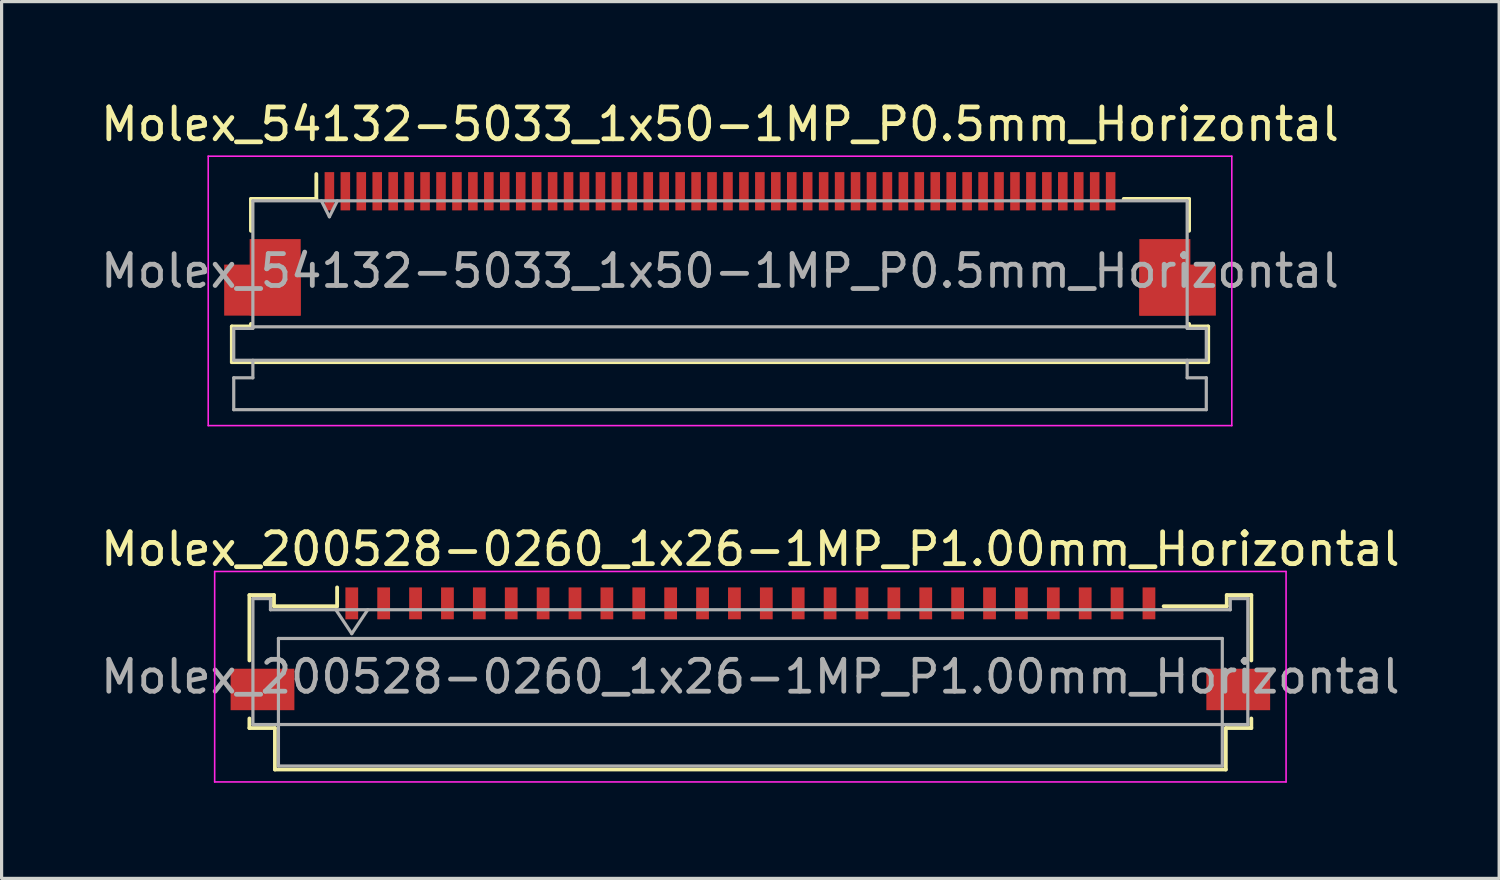
<source format=kicad_pcb>
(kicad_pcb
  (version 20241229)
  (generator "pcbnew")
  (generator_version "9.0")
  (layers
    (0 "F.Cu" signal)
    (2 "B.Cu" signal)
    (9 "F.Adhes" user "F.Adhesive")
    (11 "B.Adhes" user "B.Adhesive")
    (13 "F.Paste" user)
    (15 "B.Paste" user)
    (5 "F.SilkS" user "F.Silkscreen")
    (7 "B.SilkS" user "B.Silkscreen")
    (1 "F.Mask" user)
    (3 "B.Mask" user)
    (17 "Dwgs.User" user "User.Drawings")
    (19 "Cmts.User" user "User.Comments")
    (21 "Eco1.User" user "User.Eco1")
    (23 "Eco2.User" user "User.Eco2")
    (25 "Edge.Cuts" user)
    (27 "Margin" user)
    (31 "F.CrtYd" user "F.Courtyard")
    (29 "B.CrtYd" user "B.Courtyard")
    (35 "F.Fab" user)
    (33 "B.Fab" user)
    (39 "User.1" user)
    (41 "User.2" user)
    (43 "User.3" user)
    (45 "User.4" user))
  (footprint "Molex_200528-0260_1x26-1MP_P1.00mm_Horizontal"
    (layer "F.Cu")
    (at 20.482 16.782)
    (property "Reference" "Molex_200528-0260_1x26-1MP_P1.00mm_Horizontal" (at 0 -2.61 0) (layer "F.SilkS") (effects (font (size 1 1) (thickness 0.15))))
    (attr smd)
    (fp_line (start -15.71 -1.17) (end -15.71 0.88) (stroke (width 0.12) (type solid)) (layer "F.SilkS"))
    (fp_line (start -15.71 2.7) (end -15.71 3) (stroke (width 0.12) (type solid)) (layer "F.SilkS"))
    (fp_line (start -15.71 3) (end -14.91 3) (stroke (width 0.12) (type solid)) (layer "F.SilkS"))
    (fp_line (start -14.94 -1.17) (end -15.71 -1.17) (stroke (width 0.12) (type solid)) (layer "F.SilkS"))
    (fp_line (start -14.94 -0.82) (end -14.94 -1.17) (stroke (width 0.12) (type solid)) (layer "F.SilkS"))
    (fp_line (start -14.91 3) (end -14.91 4.3) (stroke (width 0.12) (type solid)) (layer "F.SilkS"))
    (fp_line (start -14.91 4.3) (end 14.91 4.3) (stroke (width 0.12) (type solid)) (layer "F.SilkS"))
    (fp_line (start -12.96 -1.41) (end -12.96 -0.82) (stroke (width 0.12) (type solid)) (layer "F.SilkS"))
    (fp_line (start -12.96 -0.82) (end -14.94 -0.82) (stroke (width 0.12) (type solid)) (layer "F.SilkS"))
    (fp_line (start 14.91 3) (end 15.71 3) (stroke (width 0.12) (type solid)) (layer "F.SilkS"))
    (fp_line (start 14.91 4.3) (end 14.91 3) (stroke (width 0.12) (type solid)) (layer "F.SilkS"))
    (fp_line (start 14.94 -1.17) (end 14.94 -0.82) (stroke (width 0.12) (type solid)) (layer "F.SilkS"))
    (fp_line (start 14.94 -0.82) (end 12.96 -0.82) (stroke (width 0.12) (type solid)) (layer "F.SilkS"))
    (fp_line (start 15.71 -1.17) (end 14.94 -1.17) (stroke (width 0.12) (type solid)) (layer "F.SilkS"))
    (fp_line (start 15.71 0.88) (end 15.71 -1.17) (stroke (width 0.12) (type solid)) (layer "F.SilkS"))
    (fp_line (start 15.71 3) (end 15.71 2.7) (stroke (width 0.12) (type solid)) (layer "F.SilkS"))
    (fp_line (start -16.8 -1.91) (end -16.8 4.69) (stroke (width 0.05) (type solid)) (layer "F.CrtYd"))
    (fp_line (start -16.8 4.69) (end 16.8 4.69) (stroke (width 0.05) (type solid)) (layer "F.CrtYd"))
    (fp_line (start 16.8 -1.91) (end -16.8 -1.91) (stroke (width 0.05) (type solid)) (layer "F.CrtYd"))
    (fp_line (start 16.8 4.69) (end 16.8 -1.91) (stroke (width 0.05) (type solid)) (layer "F.CrtYd"))
    (fp_line (start -15.6 -1.06) (end -15.6 2.89) (stroke (width 0.1) (type solid)) (layer "F.Fab"))
    (fp_line (start -15.6 2.89) (end 15.6 2.89) (stroke (width 0.1) (type solid)) (layer "F.Fab"))
    (fp_line (start -15.05 -1.06) (end -15.6 -1.06) (stroke (width 0.1) (type solid)) (layer "F.Fab"))
    (fp_line (start -15.05 -0.71) (end -15.05 -1.06) (stroke (width 0.1) (type solid)) (layer "F.Fab"))
    (fp_line (start -14.8 0.19) (end -14.8 4.19) (stroke (width 0.1) (type solid)) (layer "F.Fab"))
    (fp_line (start -14.8 4.19) (end 14.8 4.19) (stroke (width 0.1) (type solid)) (layer "F.Fab"))
    (fp_line (start -13 -0.71) (end -12.5 0.04) (stroke (width 0.1) (type solid)) (layer "F.Fab"))
    (fp_line (start -12.5 0.04) (end -12 -0.71) (stroke (width 0.1) (type solid)) (layer "F.Fab"))
    (fp_line (start 14.8 0.19) (end -14.8 0.19) (stroke (width 0.1) (type solid)) (layer "F.Fab"))
    (fp_line (start 14.8 4.19) (end 14.8 0.19) (stroke (width 0.1) (type solid)) (layer "F.Fab"))
    (fp_line (start 15.05 -1.06) (end 15.05 -0.71) (stroke (width 0.1) (type solid)) (layer "F.Fab"))
    (fp_line (start 15.05 -0.71) (end -15.05 -0.71) (stroke (width 0.1) (type solid)) (layer "F.Fab"))
    (fp_line (start 15.6 -1.06) (end 15.05 -1.06) (stroke (width 0.1) (type solid)) (layer "F.Fab"))
    (fp_line (start 15.6 2.89) (end 15.6 -1.06) (stroke (width 0.1) (type solid)) (layer "F.Fab"))
    (fp_text user "${REFERENCE}" (at 0 1.39 0) (layer "F.Fab") (effects (font (size 1 1) (thickness 0.15))))
    (pad "1" smd rect (at -12.5 -0.91) (size 0.4 1) (layers "F.Cu" "F.Mask" "F.Paste"))
    (pad "2" smd rect (at -11.5 -0.91) (size 0.4 1) (layers "F.Cu" "F.Mask" "F.Paste"))
    (pad "3" smd rect (at -10.5 -0.91) (size 0.4 1) (layers "F.Cu" "F.Mask" "F.Paste"))
    (pad "4" smd rect (at -9.5 -0.91) (size 0.4 1) (layers "F.Cu" "F.Mask" "F.Paste"))
    (pad "5" smd rect (at -8.5 -0.91) (size 0.4 1) (layers "F.Cu" "F.Mask" "F.Paste"))
    (pad "6" smd rect (at -7.5 -0.91) (size 0.4 1) (layers "F.Cu" "F.Mask" "F.Paste"))
    (pad "7" smd rect (at -6.5 -0.91) (size 0.4 1) (layers "F.Cu" "F.Mask" "F.Paste"))
    (pad "8" smd rect (at -5.5 -0.91) (size 0.4 1) (layers "F.Cu" "F.Mask" "F.Paste"))
    (pad "9" smd rect (at -4.5 -0.91) (size 0.4 1) (layers "F.Cu" "F.Mask" "F.Paste"))
    (pad "10" smd rect (at -3.5 -0.91) (size 0.4 1) (layers "F.Cu" "F.Mask" "F.Paste"))
    (pad "11" smd rect (at -2.5 -0.91) (size 0.4 1) (layers "F.Cu" "F.Mask" "F.Paste"))
    (pad "12" smd rect (at -1.5 -0.91) (size 0.4 1) (layers "F.Cu" "F.Mask" "F.Paste"))
    (pad "13" smd rect (at -0.5 -0.91) (size 0.4 1) (layers "F.Cu" "F.Mask" "F.Paste"))
    (pad "14" smd rect (at 0.5 -0.91) (size 0.4 1) (layers "F.Cu" "F.Mask" "F.Paste"))
    (pad "15" smd rect (at 1.5 -0.91) (size 0.4 1) (layers "F.Cu" "F.Mask" "F.Paste"))
    (pad "16" smd rect (at 2.5 -0.91) (size 0.4 1) (layers "F.Cu" "F.Mask" "F.Paste"))
    (pad "17" smd rect (at 3.5 -0.91) (size 0.4 1) (layers "F.Cu" "F.Mask" "F.Paste"))
    (pad "18" smd rect (at 4.5 -0.91) (size 0.4 1) (layers "F.Cu" "F.Mask" "F.Paste"))
    (pad "19" smd rect (at 5.5 -0.91) (size 0.4 1) (layers "F.Cu" "F.Mask" "F.Paste"))
    (pad "20" smd rect (at 6.5 -0.91) (size 0.4 1) (layers "F.Cu" "F.Mask" "F.Paste"))
    (pad "21" smd rect (at 7.5 -0.91) (size 0.4 1) (layers "F.Cu" "F.Mask" "F.Paste"))
    (pad "22" smd rect (at 8.5 -0.91) (size 0.4 1) (layers "F.Cu" "F.Mask" "F.Paste"))
    (pad "23" smd rect (at 9.5 -0.91) (size 0.4 1) (layers "F.Cu" "F.Mask" "F.Paste"))
    (pad "24" smd rect (at 10.5 -0.91) (size 0.4 1) (layers "F.Cu" "F.Mask" "F.Paste"))
    (pad "25" smd rect (at 11.5 -0.91) (size 0.4 1) (layers "F.Cu" "F.Mask" "F.Paste"))
    (pad "26" smd rect (at 12.5 -0.91) (size 0.4 1) (layers "F.Cu" "F.Mask" "F.Paste"))
    (pad "MP" smd rect (at -15.3 1.79) (size 2 1.3) (layers "F.Cu" "F.Mask" "F.Paste"))
    (pad "MP" smd rect (at 15.3 1.79) (size 2 1.3) (layers "F.Cu" "F.Mask" "F.Paste")))
  (footprint "Molex_54132-5033_1x50-1MP_P0.5mm_Horizontal"
    (layer "F.Cu")
    (at 19.53 4.598)
    (property "Reference" "Molex_54132-5033_1x50-1MP_P0.5mm_Horizontal" (at 0 -3.75 0) (layer "F.SilkS") (effects (font (size 1 1) (thickness 0.15))))
    (attr smd)
    (fp_line (start -15.31 2.59) (end -15.31 3.71) (stroke (width 0.12) (type solid)) (layer "F.SilkS"))
    (fp_line (start -15.31 2.59) (end -14.71 2.59) (stroke (width 0.12) (type solid)) (layer "F.SilkS"))
    (fp_line (start -14.71 -1.41) (end -14.71 -0.41) (stroke (width 0.12) (type solid)) (layer "F.SilkS"))
    (fp_line (start -14.71 2.59) (end -14.71 2.51) (stroke (width 0.12) (type solid)) (layer "F.SilkS"))
    (fp_line (start -12.66 -1.41) (end -14.71 -1.41) (stroke (width 0.12) (type solid)) (layer "F.SilkS"))
    (fp_line (start -12.66 -1.41) (end -12.66 -2.19) (stroke (width 0.12) (type solid)) (layer "F.SilkS"))
    (fp_line (start 14.71 -1.41) (end 12.66 -1.41) (stroke (width 0.12) (type solid)) (layer "F.SilkS"))
    (fp_line (start 14.71 -1.41) (end 14.71 -0.41) (stroke (width 0.12) (type solid)) (layer "F.SilkS"))
    (fp_line (start 14.71 2.59) (end 14.71 2.51) (stroke (width 0.12) (type solid)) (layer "F.SilkS"))
    (fp_line (start 14.71 2.59) (end 15.31 2.59) (stroke (width 0.12) (type solid)) (layer "F.SilkS"))
    (fp_line (start 15.31 2.59) (end 15.31 3.71) (stroke (width 0.12) (type solid)) (layer "F.SilkS"))
    (fp_line (start 15.31 3.71) (end -15.31 3.71) (stroke (width 0.12) (type solid)) (layer "F.SilkS"))
    (fp_line (start -16.05 -2.75) (end -16.05 5.7) (stroke (width 0.05) (type solid)) (layer "F.CrtYd"))
    (fp_line (start -16.05 -2.75) (end 16.05 -2.75) (stroke (width 0.05) (type solid)) (layer "F.CrtYd"))
    (fp_line (start 16.05 5.7) (end -16.05 5.7) (stroke (width 0.05) (type solid)) (layer "F.CrtYd"))
    (fp_line (start 16.05 5.7) (end 16.05 -2.75) (stroke (width 0.05) (type solid)) (layer "F.CrtYd"))
    (fp_line (start -15.25 2.65) (end -15.25 3.65) (stroke (width 0.1) (type solid)) (layer "F.Fab"))
    (fp_line (start -15.25 2.65) (end -14.65 2.65) (stroke (width 0.1) (type solid)) (layer "F.Fab"))
    (fp_line (start -15.25 3.65) (end 15.25 3.65) (stroke (width 0.1) (type solid)) (layer "F.Fab"))
    (fp_line (start -15.25 4.2) (end -15.25 5.2) (stroke (width 0.1) (type solid)) (layer "F.Fab"))
    (fp_line (start -15.25 4.2) (end -14.65 4.2) (stroke (width 0.1) (type solid)) (layer "F.Fab"))
    (fp_line (start -15.25 5.2) (end 15.25 5.2) (stroke (width 0.1) (type solid)) (layer "F.Fab"))
    (fp_line (start -14.65 -1.35) (end -14.65 2.6) (stroke (width 0.1) (type solid)) (layer "F.Fab"))
    (fp_line (start -14.65 -1.35) (end 14.65 -1.35) (stroke (width 0.1) (type solid)) (layer "F.Fab"))
    (fp_line (start -14.65 2.6) (end -14.65 2.65) (stroke (width 0.1) (type solid)) (layer "F.Fab"))
    (fp_line (start -14.65 2.6) (end 14.65 2.6) (stroke (width 0.1) (type solid)) (layer "F.Fab"))
    (fp_line (start -14.65 3.65) (end -14.65 4.2) (stroke (width 0.1) (type solid)) (layer "F.Fab"))
    (fp_line (start -12.5 -1.35) (end -12.25 -0.85) (stroke (width 0.1) (type solid)) (layer "F.Fab"))
    (fp_line (start -12.25 -0.85) (end -12 -1.35) (stroke (width 0.1) (type solid)) (layer "F.Fab"))
    (fp_line (start 14.65 -1.35) (end 14.65 2.6) (stroke (width 0.1) (type solid)) (layer "F.Fab"))
    (fp_line (start 14.65 2.6) (end 14.65 2.65) (stroke (width 0.1) (type solid)) (layer "F.Fab"))
    (fp_line (start 14.65 2.65) (end 15.25 2.65) (stroke (width 0.1) (type solid)) (layer "F.Fab"))
    (fp_line (start 14.65 3.65) (end 14.65 4.2) (stroke (width 0.1) (type solid)) (layer "F.Fab"))
    (fp_line (start 14.65 4.2) (end 15.25 4.2) (stroke (width 0.1) (type solid)) (layer "F.Fab"))
    (fp_line (start 15.25 2.65) (end 15.25 3.65) (stroke (width 0.1) (type solid)) (layer "F.Fab"))
    (fp_line (start 15.25 4.2) (end 15.25 5.2) (stroke (width 0.1) (type solid)) (layer "F.Fab"))
    (fp_text user "${REFERENCE}" (at 0 0.85 0) (layer "F.Fab") (effects (font (size 1 1) (thickness 0.15))))
    (pad "1" smd rect (at -12.25 -1.65) (size 0.3 1.2) (layers "F.Cu" "F.Mask" "F.Paste"))
    (pad "2" smd rect (at -11.75 -1.65) (size 0.3 1.2) (layers "F.Cu" "F.Mask" "F.Paste"))
    (pad "3" smd rect (at -11.25 -1.65) (size 0.3 1.2) (layers "F.Cu" "F.Mask" "F.Paste"))
    (pad "4" smd rect (at -10.75 -1.65) (size 0.3 1.2) (layers "F.Cu" "F.Mask" "F.Paste"))
    (pad "5" smd rect (at -10.25 -1.65) (size 0.3 1.2) (layers "F.Cu" "F.Mask" "F.Paste"))
    (pad "6" smd rect (at -9.75 -1.65) (size 0.3 1.2) (layers "F.Cu" "F.Mask" "F.Paste"))
    (pad "7" smd rect (at -9.25 -1.65) (size 0.3 1.2) (layers "F.Cu" "F.Mask" "F.Paste"))
    (pad "8" smd rect (at -8.75 -1.65) (size 0.3 1.2) (layers "F.Cu" "F.Mask" "F.Paste"))
    (pad "9" smd rect (at -8.25 -1.65) (size 0.3 1.2) (layers "F.Cu" "F.Mask" "F.Paste"))
    (pad "10" smd rect (at -7.75 -1.65) (size 0.3 1.2) (layers "F.Cu" "F.Mask" "F.Paste"))
    (pad "11" smd rect (at -7.25 -1.65) (size 0.3 1.2) (layers "F.Cu" "F.Mask" "F.Paste"))
    (pad "12" smd rect (at -6.75 -1.65) (size 0.3 1.2) (layers "F.Cu" "F.Mask" "F.Paste"))
    (pad "13" smd rect (at -6.25 -1.65) (size 0.3 1.2) (layers "F.Cu" "F.Mask" "F.Paste"))
    (pad "14" smd rect (at -5.75 -1.65) (size 0.3 1.2) (layers "F.Cu" "F.Mask" "F.Paste"))
    (pad "15" smd rect (at -5.25 -1.65) (size 0.3 1.2) (layers "F.Cu" "F.Mask" "F.Paste"))
    (pad "16" smd rect (at -4.75 -1.65) (size 0.3 1.2) (layers "F.Cu" "F.Mask" "F.Paste"))
    (pad "17" smd rect (at -4.25 -1.65) (size 0.3 1.2) (layers "F.Cu" "F.Mask" "F.Paste"))
    (pad "18" smd rect (at -3.75 -1.65) (size 0.3 1.2) (layers "F.Cu" "F.Mask" "F.Paste"))
    (pad "19" smd rect (at -3.25 -1.65) (size 0.3 1.2) (layers "F.Cu" "F.Mask" "F.Paste"))
    (pad "20" smd rect (at -2.75 -1.65) (size 0.3 1.2) (layers "F.Cu" "F.Mask" "F.Paste"))
    (pad "21" smd rect (at -2.25 -1.65) (size 0.3 1.2) (layers "F.Cu" "F.Mask" "F.Paste"))
    (pad "22" smd rect (at -1.75 -1.65) (size 0.3 1.2) (layers "F.Cu" "F.Mask" "F.Paste"))
    (pad "23" smd rect (at -1.25 -1.65) (size 0.3 1.2) (layers "F.Cu" "F.Mask" "F.Paste"))
    (pad "24" smd rect (at -0.75 -1.65) (size 0.3 1.2) (layers "F.Cu" "F.Mask" "F.Paste"))
    (pad "25" smd rect (at -0.25 -1.65) (size 0.3 1.2) (layers "F.Cu" "F.Mask" "F.Paste"))
    (pad "26" smd rect (at 0.25 -1.65) (size 0.3 1.2) (layers "F.Cu" "F.Mask" "F.Paste"))
    (pad "27" smd rect (at 0.75 -1.65) (size 0.3 1.2) (layers "F.Cu" "F.Mask" "F.Paste"))
    (pad "28" smd rect (at 1.25 -1.65) (size 0.3 1.2) (layers "F.Cu" "F.Mask" "F.Paste"))
    (pad "29" smd rect (at 1.75 -1.65) (size 0.3 1.2) (layers "F.Cu" "F.Mask" "F.Paste"))
    (pad "30" smd rect (at 2.25 -1.65) (size 0.3 1.2) (layers "F.Cu" "F.Mask" "F.Paste"))
    (pad "31" smd rect (at 2.75 -1.65) (size 0.3 1.2) (layers "F.Cu" "F.Mask" "F.Paste"))
    (pad "32" smd rect (at 3.25 -1.65) (size 0.3 1.2) (layers "F.Cu" "F.Mask" "F.Paste"))
    (pad "33" smd rect (at 3.75 -1.65) (size 0.3 1.2) (layers "F.Cu" "F.Mask" "F.Paste"))
    (pad "34" smd rect (at 4.25 -1.65) (size 0.3 1.2) (layers "F.Cu" "F.Mask" "F.Paste"))
    (pad "35" smd rect (at 4.75 -1.65) (size 0.3 1.2) (layers "F.Cu" "F.Mask" "F.Paste"))
    (pad "36" smd rect (at 5.25 -1.65) (size 0.3 1.2) (layers "F.Cu" "F.Mask" "F.Paste"))
    (pad "37" smd rect (at 5.75 -1.65) (size 0.3 1.2) (layers "F.Cu" "F.Mask" "F.Paste"))
    (pad "38" smd rect (at 6.25 -1.65) (size 0.3 1.2) (layers "F.Cu" "F.Mask" "F.Paste"))
    (pad "39" smd rect (at 6.75 -1.65) (size 0.3 1.2) (layers "F.Cu" "F.Mask" "F.Paste"))
    (pad "40" smd rect (at 7.25 -1.65) (size 0.3 1.2) (layers "F.Cu" "F.Mask" "F.Paste"))
    (pad "41" smd rect (at 7.75 -1.65) (size 0.3 1.2) (layers "F.Cu" "F.Mask" "F.Paste"))
    (pad "42" smd rect (at 8.25 -1.65) (size 0.3 1.2) (layers "F.Cu" "F.Mask" "F.Paste"))
    (pad "43" smd rect (at 8.75 -1.65) (size 0.3 1.2) (layers "F.Cu" "F.Mask" "F.Paste"))
    (pad "44" smd rect (at 9.25 -1.65) (size 0.3 1.2) (layers "F.Cu" "F.Mask" "F.Paste"))
    (pad "45" smd rect (at 9.75 -1.65) (size 0.3 1.2) (layers "F.Cu" "F.Mask" "F.Paste"))
    (pad "46" smd rect (at 10.25 -1.65) (size 0.3 1.2) (layers "F.Cu" "F.Mask" "F.Paste"))
    (pad "47" smd rect (at 10.75 -1.65) (size 0.3 1.2) (layers "F.Cu" "F.Mask" "F.Paste"))
    (pad "48" smd rect (at 11.25 -1.65) (size 0.3 1.2) (layers "F.Cu" "F.Mask" "F.Paste"))
    (pad "49" smd rect (at 11.75 -1.65) (size 0.3 1.2) (layers "F.Cu" "F.Mask" "F.Paste"))
    (pad "50" smd rect (at 12.25 -1.65) (size 0.3 1.2) (layers "F.Cu" "F.Mask" "F.Paste"))
    (pad "MP" smd rect (at -14.35 1.45) (size 2.4 1.6) (layers "F.Cu" "F.Mask" "F.Paste"))
    (pad "MP" smd rect (at -13.95 1.05) (size 1.6 2.4) (layers "F.Cu" "F.Mask" "F.Paste"))
    (pad "MP" smd rect (at 13.95 1.05) (size 1.6 2.4) (layers "F.Cu" "F.Mask" "F.Paste"))
    (pad "MP" smd rect (at 14.35 1.45) (size 2.4 1.6) (layers "F.Cu" "F.Mask" "F.Paste")))
  (gr_rect
    (start -3 -3)
    (end 43.964 24.497)
    (stroke (width 0.1) (type default))
    (fill no)
    (layer "Edge.Cuts")))
</source>
